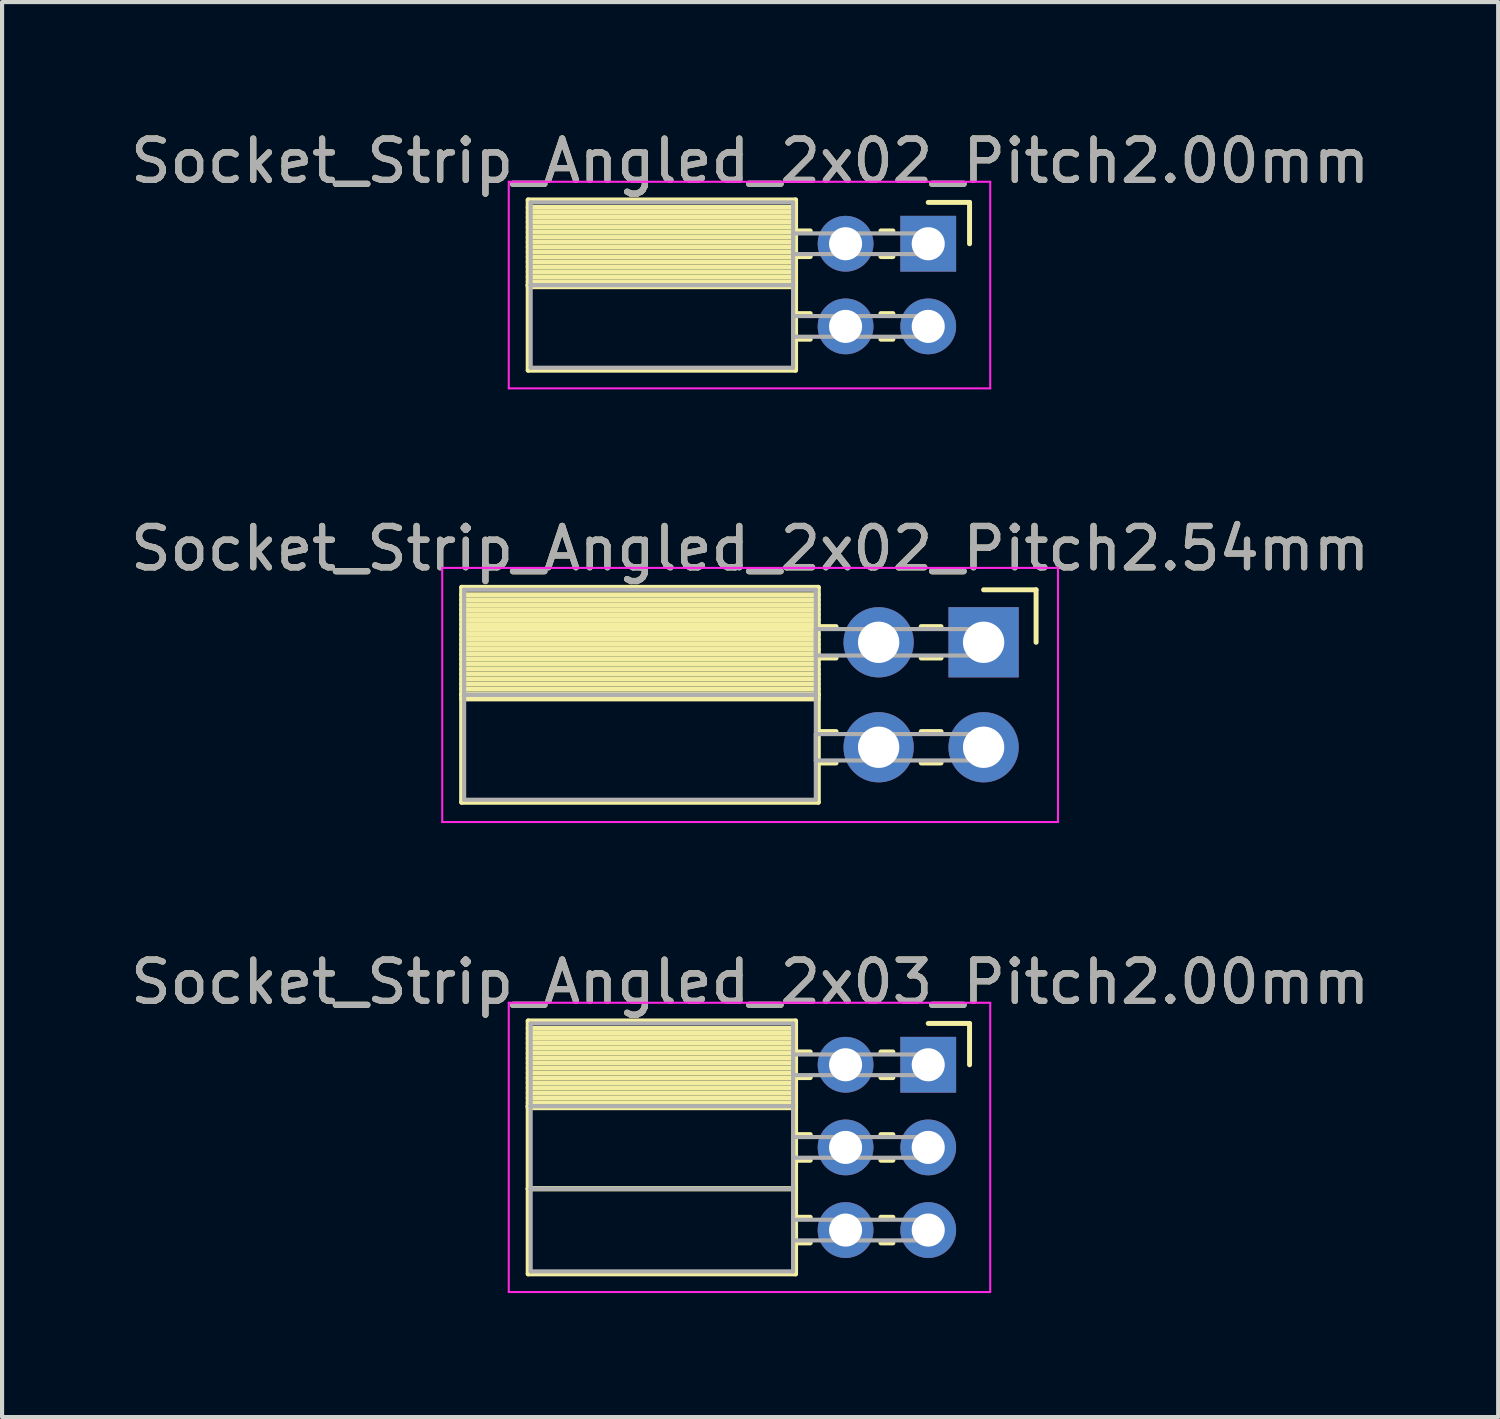
<source format=kicad_pcb>
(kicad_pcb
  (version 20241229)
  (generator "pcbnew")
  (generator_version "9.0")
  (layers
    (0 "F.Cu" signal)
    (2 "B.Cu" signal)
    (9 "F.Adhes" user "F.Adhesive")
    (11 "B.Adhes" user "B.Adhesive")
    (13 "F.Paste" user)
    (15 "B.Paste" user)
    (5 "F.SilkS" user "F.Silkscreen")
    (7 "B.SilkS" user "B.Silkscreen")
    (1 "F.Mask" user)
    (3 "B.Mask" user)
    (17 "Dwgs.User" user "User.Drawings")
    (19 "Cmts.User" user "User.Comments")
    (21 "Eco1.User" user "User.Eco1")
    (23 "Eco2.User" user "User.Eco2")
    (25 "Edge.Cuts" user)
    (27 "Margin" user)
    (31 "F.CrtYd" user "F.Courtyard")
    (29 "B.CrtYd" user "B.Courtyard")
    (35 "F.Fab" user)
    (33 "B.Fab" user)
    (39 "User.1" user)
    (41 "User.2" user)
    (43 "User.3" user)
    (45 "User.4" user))
  (footprint "Socket_Strip_Angled_2x02_Pitch2.00mm"
    (layer "F.Cu")
    (at 19.411 2.848)
    (property "Reference" "Socket_Strip_Angled_2x02_Pitch2.00mm" (at -4.31 -2 0) (layer "F.SilkS") (effects (font (size 1 1) (thickness 0.15))))
    (attr through_hole)
    (fp_line (start -9.68 -1.06) (end -3.21 -1.06) (stroke (width 0.12) (type solid)) (layer "F.SilkS"))
    (fp_line (start -9.68 1) (end -9.68 -1.06) (stroke (width 0.12) (type solid)) (layer "F.SilkS"))
    (fp_line (start -9.68 1) (end -3.21 1) (stroke (width 0.12) (type solid)) (layer "F.SilkS"))
    (fp_line (start -9.68 3.06) (end -9.68 1) (stroke (width 0.12) (type solid)) (layer "F.SilkS"))
    (fp_line (start -3.21 -1.06) (end -3.21 1) (stroke (width 0.12) (type solid)) (layer "F.SilkS"))
    (fp_line (start -3.21 -0.88) (end -9.68 -0.88) (stroke (width 0.12) (type solid)) (layer "F.SilkS"))
    (fp_line (start -3.21 -0.76) (end -9.68 -0.76) (stroke (width 0.12) (type solid)) (layer "F.SilkS"))
    (fp_line (start -3.21 -0.64) (end -9.68 -0.64) (stroke (width 0.12) (type solid)) (layer "F.SilkS"))
    (fp_line (start -3.21 -0.52) (end -9.68 -0.52) (stroke (width 0.12) (type solid)) (layer "F.SilkS"))
    (fp_line (start -3.21 -0.4) (end -9.68 -0.4) (stroke (width 0.12) (type solid)) (layer "F.SilkS"))
    (fp_line (start -3.21 -0.28) (end -9.68 -0.28) (stroke (width 0.12) (type solid)) (layer "F.SilkS"))
    (fp_line (start -3.21 -0.16) (end -9.68 -0.16) (stroke (width 0.12) (type solid)) (layer "F.SilkS"))
    (fp_line (start -3.21 -0.04) (end -9.68 -0.04) (stroke (width 0.12) (type solid)) (layer "F.SilkS"))
    (fp_line (start -3.21 0.08) (end -9.68 0.08) (stroke (width 0.12) (type solid)) (layer "F.SilkS"))
    (fp_line (start -3.21 0.2) (end -9.68 0.2) (stroke (width 0.12) (type solid)) (layer "F.SilkS"))
    (fp_line (start -3.21 0.32) (end -9.68 0.32) (stroke (width 0.12) (type solid)) (layer "F.SilkS"))
    (fp_line (start -3.21 0.44) (end -9.68 0.44) (stroke (width 0.12) (type solid)) (layer "F.SilkS"))
    (fp_line (start -3.21 0.56) (end -9.68 0.56) (stroke (width 0.12) (type solid)) (layer "F.SilkS"))
    (fp_line (start -3.21 0.68) (end -9.68 0.68) (stroke (width 0.12) (type solid)) (layer "F.SilkS"))
    (fp_line (start -3.21 0.8) (end -9.68 0.8) (stroke (width 0.12) (type solid)) (layer "F.SilkS"))
    (fp_line (start -3.21 0.92) (end -9.68 0.92) (stroke (width 0.12) (type solid)) (layer "F.SilkS"))
    (fp_line (start -3.21 1) (end -9.68 1) (stroke (width 0.12) (type solid)) (layer "F.SilkS"))
    (fp_line (start -3.21 1) (end -3.21 3.06) (stroke (width 0.12) (type solid)) (layer "F.SilkS"))
    (fp_line (start -3.21 1.04) (end -9.68 1.04) (stroke (width 0.12) (type solid)) (layer "F.SilkS"))
    (fp_line (start -3.21 3.06) (end -9.68 3.06) (stroke (width 0.12) (type solid)) (layer "F.SilkS"))
    (fp_line (start -2.855 -0.31) (end -3.21 -0.31) (stroke (width 0.12) (type solid)) (layer "F.SilkS"))
    (fp_line (start -2.855 0.31) (end -3.21 0.31) (stroke (width 0.12) (type solid)) (layer "F.SilkS"))
    (fp_line (start -2.855 1.69) (end -3.21 1.69) (stroke (width 0.12) (type solid)) (layer "F.SilkS"))
    (fp_line (start -2.855 2.31) (end -3.21 2.31) (stroke (width 0.12) (type solid)) (layer "F.SilkS"))
    (fp_line (start -0.855 -0.31) (end -1.145 -0.31) (stroke (width 0.12) (type solid)) (layer "F.SilkS"))
    (fp_line (start -0.855 0.31) (end -1.145 0.31) (stroke (width 0.12) (type solid)) (layer "F.SilkS"))
    (fp_line (start -0.855 1.69) (end -1.145 1.69) (stroke (width 0.12) (type solid)) (layer "F.SilkS"))
    (fp_line (start -0.855 2.31) (end -1.145 2.31) (stroke (width 0.12) (type solid)) (layer "F.SilkS"))
    (fp_line (start 0 -1) (end 1 -1) (stroke (width 0.12) (type solid)) (layer "F.SilkS"))
    (fp_line (start 1 -1) (end 1 0) (stroke (width 0.12) (type solid)) (layer "F.SilkS"))
    (fp_line (start -10.15 -1.5) (end 1.5 -1.5) (stroke (width 0.05) (type solid)) (layer "F.CrtYd"))
    (fp_line (start -10.15 3.5) (end -10.15 -1.5) (stroke (width 0.05) (type solid)) (layer "F.CrtYd"))
    (fp_line (start 1.5 -1.5) (end 1.5 3.5) (stroke (width 0.05) (type solid)) (layer "F.CrtYd"))
    (fp_line (start 1.5 3.5) (end -10.15 3.5) (stroke (width 0.05) (type solid)) (layer "F.CrtYd"))
    (fp_line (start -9.62 -1) (end -3.27 -1) (stroke (width 0.1) (type solid)) (layer "F.Fab"))
    (fp_line (start -9.62 1) (end -9.62 -1) (stroke (width 0.1) (type solid)) (layer "F.Fab"))
    (fp_line (start -9.62 1) (end -3.27 1) (stroke (width 0.1) (type solid)) (layer "F.Fab"))
    (fp_line (start -9.62 3) (end -9.62 1) (stroke (width 0.1) (type solid)) (layer "F.Fab"))
    (fp_line (start -3.27 -1) (end -3.27 1) (stroke (width 0.1) (type solid)) (layer "F.Fab"))
    (fp_line (start -3.27 -0.25) (end 0 -0.25) (stroke (width 0.1) (type solid)) (layer "F.Fab"))
    (fp_line (start -3.27 0.25) (end -3.27 -0.25) (stroke (width 0.1) (type solid)) (layer "F.Fab"))
    (fp_line (start -3.27 1) (end -9.62 1) (stroke (width 0.1) (type solid)) (layer "F.Fab"))
    (fp_line (start -3.27 1) (end -3.27 3) (stroke (width 0.1) (type solid)) (layer "F.Fab"))
    (fp_line (start -3.27 1.75) (end 0 1.75) (stroke (width 0.1) (type solid)) (layer "F.Fab"))
    (fp_line (start -3.27 2.25) (end -3.27 1.75) (stroke (width 0.1) (type solid)) (layer "F.Fab"))
    (fp_line (start -3.27 3) (end -9.62 3) (stroke (width 0.1) (type solid)) (layer "F.Fab"))
    (fp_line (start 0 -0.25) (end 0 0.25) (stroke (width 0.1) (type solid)) (layer "F.Fab"))
    (fp_line (start 0 0.25) (end -3.27 0.25) (stroke (width 0.1) (type solid)) (layer "F.Fab"))
    (fp_line (start 0 1.75) (end 0 2.25) (stroke (width 0.1) (type solid)) (layer "F.Fab"))
    (fp_line (start 0 2.25) (end -3.27 2.25) (stroke (width 0.1) (type solid)) (layer "F.Fab"))
    (fp_text user "${REFERENCE}" (at -4.31 -2 0) (layer "F.Fab") (effects (font (size 1 1) (thickness 0.15))))
    (pad "1" thru_hole rect (at 0 0) (size 1.35 1.35) (drill 0.8) (layers "*.Cu" "*.Mask"))
    (pad "2" thru_hole oval (at -2 0) (size 1.35 1.35) (drill 0.8) (layers "*.Cu" "*.Mask"))
    (pad "3" thru_hole oval (at 0 2) (size 1.35 1.35) (drill 0.8) (layers "*.Cu" "*.Mask"))
    (pad "4" thru_hole oval (at -2 2) (size 1.35 1.35) (drill 0.8) (layers "*.Cu" "*.Mask")))
  (footprint "Socket_Strip_Angled_2x02_Pitch2.54mm"
    (layer "F.Cu")
    (at 20.751 12.492)
    (property "Reference" "Socket_Strip_Angled_2x02_Pitch2.54mm" (at -5.65 -2.27 0) (layer "F.SilkS") (effects (font (size 1 1) (thickness 0.15))))
    (attr through_hole)
    (fp_line (start -12.63 -1.33) (end -4 -1.33) (stroke (width 0.12) (type solid)) (layer "F.SilkS"))
    (fp_line (start -12.63 1.27) (end -12.63 -1.33) (stroke (width 0.12) (type solid)) (layer "F.SilkS"))
    (fp_line (start -12.63 1.27) (end -4 1.27) (stroke (width 0.12) (type solid)) (layer "F.SilkS"))
    (fp_line (start -12.63 3.87) (end -12.63 1.27) (stroke (width 0.12) (type solid)) (layer "F.SilkS"))
    (fp_line (start -4 -1.33) (end -4 1.27) (stroke (width 0.12) (type solid)) (layer "F.SilkS"))
    (fp_line (start -4 -1.15) (end -12.63 -1.15) (stroke (width 0.12) (type solid)) (layer "F.SilkS"))
    (fp_line (start -4 -1.03) (end -12.63 -1.03) (stroke (width 0.12) (type solid)) (layer "F.SilkS"))
    (fp_line (start -4 -0.91) (end -12.63 -0.91) (stroke (width 0.12) (type solid)) (layer "F.SilkS"))
    (fp_line (start -4 -0.79) (end -12.63 -0.79) (stroke (width 0.12) (type solid)) (layer "F.SilkS"))
    (fp_line (start -4 -0.67) (end -12.63 -0.67) (stroke (width 0.12) (type solid)) (layer "F.SilkS"))
    (fp_line (start -4 -0.55) (end -12.63 -0.55) (stroke (width 0.12) (type solid)) (layer "F.SilkS"))
    (fp_line (start -4 -0.43) (end -12.63 -0.43) (stroke (width 0.12) (type solid)) (layer "F.SilkS"))
    (fp_line (start -4 -0.31) (end -12.63 -0.31) (stroke (width 0.12) (type solid)) (layer "F.SilkS"))
    (fp_line (start -4 -0.19) (end -12.63 -0.19) (stroke (width 0.12) (type solid)) (layer "F.SilkS"))
    (fp_line (start -4 -0.07) (end -12.63 -0.07) (stroke (width 0.12) (type solid)) (layer "F.SilkS"))
    (fp_line (start -4 0.05) (end -12.63 0.05) (stroke (width 0.12) (type solid)) (layer "F.SilkS"))
    (fp_line (start -4 0.17) (end -12.63 0.17) (stroke (width 0.12) (type solid)) (layer "F.SilkS"))
    (fp_line (start -4 0.29) (end -12.63 0.29) (stroke (width 0.12) (type solid)) (layer "F.SilkS"))
    (fp_line (start -4 0.41) (end -12.63 0.41) (stroke (width 0.12) (type solid)) (layer "F.SilkS"))
    (fp_line (start -4 0.53) (end -12.63 0.53) (stroke (width 0.12) (type solid)) (layer "F.SilkS"))
    (fp_line (start -4 0.65) (end -12.63 0.65) (stroke (width 0.12) (type solid)) (layer "F.SilkS"))
    (fp_line (start -4 0.77) (end -12.63 0.77) (stroke (width 0.12) (type solid)) (layer "F.SilkS"))
    (fp_line (start -4 0.89) (end -12.63 0.89) (stroke (width 0.12) (type solid)) (layer "F.SilkS"))
    (fp_line (start -4 1.01) (end -12.63 1.01) (stroke (width 0.12) (type solid)) (layer "F.SilkS"))
    (fp_line (start -4 1.13) (end -12.63 1.13) (stroke (width 0.12) (type solid)) (layer "F.SilkS"))
    (fp_line (start -4 1.25) (end -12.63 1.25) (stroke (width 0.12) (type solid)) (layer "F.SilkS"))
    (fp_line (start -4 1.27) (end -12.63 1.27) (stroke (width 0.12) (type solid)) (layer "F.SilkS"))
    (fp_line (start -4 1.27) (end -4 3.87) (stroke (width 0.12) (type solid)) (layer "F.SilkS"))
    (fp_line (start -4 1.37) (end -12.63 1.37) (stroke (width 0.12) (type solid)) (layer "F.SilkS"))
    (fp_line (start -4 3.87) (end -12.63 3.87) (stroke (width 0.12) (type solid)) (layer "F.SilkS"))
    (fp_line (start -3.57 -0.38) (end -4 -0.38) (stroke (width 0.12) (type solid)) (layer "F.SilkS"))
    (fp_line (start -3.57 0.38) (end -4 0.38) (stroke (width 0.12) (type solid)) (layer "F.SilkS"))
    (fp_line (start -3.57 2.16) (end -4 2.16) (stroke (width 0.12) (type solid)) (layer "F.SilkS"))
    (fp_line (start -3.57 2.92) (end -4 2.92) (stroke (width 0.12) (type solid)) (layer "F.SilkS"))
    (fp_line (start -1.03 -0.38) (end -1.51 -0.38) (stroke (width 0.12) (type solid)) (layer "F.SilkS"))
    (fp_line (start -1.03 0.38) (end -1.51 0.38) (stroke (width 0.12) (type solid)) (layer "F.SilkS"))
    (fp_line (start -1.03 2.16) (end -1.51 2.16) (stroke (width 0.12) (type solid)) (layer "F.SilkS"))
    (fp_line (start -1.03 2.92) (end -1.51 2.92) (stroke (width 0.12) (type solid)) (layer "F.SilkS"))
    (fp_line (start 0 -1.27) (end 1.27 -1.27) (stroke (width 0.12) (type solid)) (layer "F.SilkS"))
    (fp_line (start 1.27 -1.27) (end 1.27 0) (stroke (width 0.12) (type solid)) (layer "F.SilkS"))
    (fp_line (start -13.1 -1.8) (end 1.8 -1.8) (stroke (width 0.05) (type solid)) (layer "F.CrtYd"))
    (fp_line (start -13.1 4.35) (end -13.1 -1.8) (stroke (width 0.05) (type solid)) (layer "F.CrtYd"))
    (fp_line (start 1.8 -1.8) (end 1.8 4.35) (stroke (width 0.05) (type solid)) (layer "F.CrtYd"))
    (fp_line (start 1.8 4.35) (end -13.1 4.35) (stroke (width 0.05) (type solid)) (layer "F.CrtYd"))
    (fp_line (start -12.57 -1.27) (end -4.06 -1.27) (stroke (width 0.1) (type solid)) (layer "F.Fab"))
    (fp_line (start -12.57 1.27) (end -12.57 -1.27) (stroke (width 0.1) (type solid)) (layer "F.Fab"))
    (fp_line (start -12.57 1.27) (end -4.06 1.27) (stroke (width 0.1) (type solid)) (layer "F.Fab"))
    (fp_line (start -12.57 3.81) (end -12.57 1.27) (stroke (width 0.1) (type solid)) (layer "F.Fab"))
    (fp_line (start -4.06 -1.27) (end -4.06 1.27) (stroke (width 0.1) (type solid)) (layer "F.Fab"))
    (fp_line (start -4.06 -0.32) (end 0 -0.32) (stroke (width 0.1) (type solid)) (layer "F.Fab"))
    (fp_line (start -4.06 0.32) (end -4.06 -0.32) (stroke (width 0.1) (type solid)) (layer "F.Fab"))
    (fp_line (start -4.06 1.27) (end -12.57 1.27) (stroke (width 0.1) (type solid)) (layer "F.Fab"))
    (fp_line (start -4.06 1.27) (end -4.06 3.81) (stroke (width 0.1) (type solid)) (layer "F.Fab"))
    (fp_line (start -4.06 2.22) (end 0 2.22) (stroke (width 0.1) (type solid)) (layer "F.Fab"))
    (fp_line (start -4.06 2.86) (end -4.06 2.22) (stroke (width 0.1) (type solid)) (layer "F.Fab"))
    (fp_line (start -4.06 3.81) (end -12.57 3.81) (stroke (width 0.1) (type solid)) (layer "F.Fab"))
    (fp_line (start 0 -0.32) (end 0 0.32) (stroke (width 0.1) (type solid)) (layer "F.Fab"))
    (fp_line (start 0 0.32) (end -4.06 0.32) (stroke (width 0.1) (type solid)) (layer "F.Fab"))
    (fp_line (start 0 2.22) (end 0 2.86) (stroke (width 0.1) (type solid)) (layer "F.Fab"))
    (fp_line (start 0 2.86) (end -4.06 2.86) (stroke (width 0.1) (type solid)) (layer "F.Fab"))
    (fp_text user "${REFERENCE}" (at -5.65 -2.27 0) (layer "F.Fab") (effects (font (size 1 1) (thickness 0.15))))
    (pad "1" thru_hole rect (at 0 0) (size 1.7 1.7) (drill 1) (layers "*.Cu" "*.Mask"))
    (pad "2" thru_hole oval (at -2.54 0) (size 1.7 1.7) (drill 1) (layers "*.Cu" "*.Mask"))
    (pad "3" thru_hole oval (at 0 2.54) (size 1.7 1.7) (drill 1) (layers "*.Cu" "*.Mask"))
    (pad "4" thru_hole oval (at -2.54 2.54) (size 1.7 1.7) (drill 1) (layers "*.Cu" "*.Mask")))
  (footprint "Socket_Strip_Angled_2x03_Pitch2.00mm"
    (layer "F.Cu")
    (at 19.411 22.715)
    (property "Reference" "Socket_Strip_Angled_2x03_Pitch2.00mm" (at -4.31 -2 0) (layer "F.SilkS") (effects (font (size 1 1) (thickness 0.15))))
    (attr through_hole)
    (fp_line (start -9.68 -1.06) (end -3.21 -1.06) (stroke (width 0.12) (type solid)) (layer "F.SilkS"))
    (fp_line (start -9.68 1) (end -9.68 -1.06) (stroke (width 0.12) (type solid)) (layer "F.SilkS"))
    (fp_line (start -9.68 1) (end -3.21 1) (stroke (width 0.12) (type solid)) (layer "F.SilkS"))
    (fp_line (start -9.68 3) (end -9.68 1) (stroke (width 0.12) (type solid)) (layer "F.SilkS"))
    (fp_line (start -9.68 3) (end -3.21 3) (stroke (width 0.12) (type solid)) (layer "F.SilkS"))
    (fp_line (start -9.68 5.06) (end -9.68 3) (stroke (width 0.12) (type solid)) (layer "F.SilkS"))
    (fp_line (start -3.21 -1.06) (end -3.21 1) (stroke (width 0.12) (type solid)) (layer "F.SilkS"))
    (fp_line (start -3.21 -0.88) (end -9.68 -0.88) (stroke (width 0.12) (type solid)) (layer "F.SilkS"))
    (fp_line (start -3.21 -0.76) (end -9.68 -0.76) (stroke (width 0.12) (type solid)) (layer "F.SilkS"))
    (fp_line (start -3.21 -0.64) (end -9.68 -0.64) (stroke (width 0.12) (type solid)) (layer "F.SilkS"))
    (fp_line (start -3.21 -0.52) (end -9.68 -0.52) (stroke (width 0.12) (type solid)) (layer "F.SilkS"))
    (fp_line (start -3.21 -0.4) (end -9.68 -0.4) (stroke (width 0.12) (type solid)) (layer "F.SilkS"))
    (fp_line (start -3.21 -0.28) (end -9.68 -0.28) (stroke (width 0.12) (type solid)) (layer "F.SilkS"))
    (fp_line (start -3.21 -0.16) (end -9.68 -0.16) (stroke (width 0.12) (type solid)) (layer "F.SilkS"))
    (fp_line (start -3.21 -0.04) (end -9.68 -0.04) (stroke (width 0.12) (type solid)) (layer "F.SilkS"))
    (fp_line (start -3.21 0.08) (end -9.68 0.08) (stroke (width 0.12) (type solid)) (layer "F.SilkS"))
    (fp_line (start -3.21 0.2) (end -9.68 0.2) (stroke (width 0.12) (type solid)) (layer "F.SilkS"))
    (fp_line (start -3.21 0.32) (end -9.68 0.32) (stroke (width 0.12) (type solid)) (layer "F.SilkS"))
    (fp_line (start -3.21 0.44) (end -9.68 0.44) (stroke (width 0.12) (type solid)) (layer "F.SilkS"))
    (fp_line (start -3.21 0.56) (end -9.68 0.56) (stroke (width 0.12) (type solid)) (layer "F.SilkS"))
    (fp_line (start -3.21 0.68) (end -9.68 0.68) (stroke (width 0.12) (type solid)) (layer "F.SilkS"))
    (fp_line (start -3.21 0.8) (end -9.68 0.8) (stroke (width 0.12) (type solid)) (layer "F.SilkS"))
    (fp_line (start -3.21 0.92) (end -9.68 0.92) (stroke (width 0.12) (type solid)) (layer "F.SilkS"))
    (fp_line (start -3.21 1) (end -9.68 1) (stroke (width 0.12) (type solid)) (layer "F.SilkS"))
    (fp_line (start -3.21 1) (end -3.21 3) (stroke (width 0.12) (type solid)) (layer "F.SilkS"))
    (fp_line (start -3.21 1.04) (end -9.68 1.04) (stroke (width 0.12) (type solid)) (layer "F.SilkS"))
    (fp_line (start -3.21 3) (end -9.68 3) (stroke (width 0.12) (type solid)) (layer "F.SilkS"))
    (fp_line (start -3.21 3) (end -3.21 5.06) (stroke (width 0.12) (type solid)) (layer "F.SilkS"))
    (fp_line (start -3.21 5.06) (end -9.68 5.06) (stroke (width 0.12) (type solid)) (layer "F.SilkS"))
    (fp_line (start -2.855 -0.31) (end -3.21 -0.31) (stroke (width 0.12) (type solid)) (layer "F.SilkS"))
    (fp_line (start -2.855 0.31) (end -3.21 0.31) (stroke (width 0.12) (type solid)) (layer "F.SilkS"))
    (fp_line (start -2.855 1.69) (end -3.21 1.69) (stroke (width 0.12) (type solid)) (layer "F.SilkS"))
    (fp_line (start -2.855 2.31) (end -3.21 2.31) (stroke (width 0.12) (type solid)) (layer "F.SilkS"))
    (fp_line (start -2.855 3.69) (end -3.21 3.69) (stroke (width 0.12) (type solid)) (layer "F.SilkS"))
    (fp_line (start -2.855 4.31) (end -3.21 4.31) (stroke (width 0.12) (type solid)) (layer "F.SilkS"))
    (fp_line (start -0.855 -0.31) (end -1.145 -0.31) (stroke (width 0.12) (type solid)) (layer "F.SilkS"))
    (fp_line (start -0.855 0.31) (end -1.145 0.31) (stroke (width 0.12) (type solid)) (layer "F.SilkS"))
    (fp_line (start -0.855 1.69) (end -1.145 1.69) (stroke (width 0.12) (type solid)) (layer "F.SilkS"))
    (fp_line (start -0.855 2.31) (end -1.145 2.31) (stroke (width 0.12) (type solid)) (layer "F.SilkS"))
    (fp_line (start -0.855 3.69) (end -1.145 3.69) (stroke (width 0.12) (type solid)) (layer "F.SilkS"))
    (fp_line (start -0.855 4.31) (end -1.145 4.31) (stroke (width 0.12) (type solid)) (layer "F.SilkS"))
    (fp_line (start 0 -1) (end 1 -1) (stroke (width 0.12) (type solid)) (layer "F.SilkS"))
    (fp_line (start 1 -1) (end 1 0) (stroke (width 0.12) (type solid)) (layer "F.SilkS"))
    (fp_line (start -10.15 -1.5) (end 1.5 -1.5) (stroke (width 0.05) (type solid)) (layer "F.CrtYd"))
    (fp_line (start -10.15 5.5) (end -10.15 -1.5) (stroke (width 0.05) (type solid)) (layer "F.CrtYd"))
    (fp_line (start 1.5 -1.5) (end 1.5 5.5) (stroke (width 0.05) (type solid)) (layer "F.CrtYd"))
    (fp_line (start 1.5 5.5) (end -10.15 5.5) (stroke (width 0.05) (type solid)) (layer "F.CrtYd"))
    (fp_line (start -9.62 -1) (end -3.27 -1) (stroke (width 0.1) (type solid)) (layer "F.Fab"))
    (fp_line (start -9.62 1) (end -9.62 -1) (stroke (width 0.1) (type solid)) (layer "F.Fab"))
    (fp_line (start -9.62 1) (end -3.27 1) (stroke (width 0.1) (type solid)) (layer "F.Fab"))
    (fp_line (start -9.62 3) (end -9.62 1) (stroke (width 0.1) (type solid)) (layer "F.Fab"))
    (fp_line (start -9.62 3) (end -3.27 3) (stroke (width 0.1) (type solid)) (layer "F.Fab"))
    (fp_line (start -9.62 5) (end -9.62 3) (stroke (width 0.1) (type solid)) (layer "F.Fab"))
    (fp_line (start -3.27 -1) (end -3.27 1) (stroke (width 0.1) (type solid)) (layer "F.Fab"))
    (fp_line (start -3.27 -0.25) (end 0 -0.25) (stroke (width 0.1) (type solid)) (layer "F.Fab"))
    (fp_line (start -3.27 0.25) (end -3.27 -0.25) (stroke (width 0.1) (type solid)) (layer "F.Fab"))
    (fp_line (start -3.27 1) (end -9.62 1) (stroke (width 0.1) (type solid)) (layer "F.Fab"))
    (fp_line (start -3.27 1) (end -3.27 3) (stroke (width 0.1) (type solid)) (layer "F.Fab"))
    (fp_line (start -3.27 1.75) (end 0 1.75) (stroke (width 0.1) (type solid)) (layer "F.Fab"))
    (fp_line (start -3.27 2.25) (end -3.27 1.75) (stroke (width 0.1) (type solid)) (layer "F.Fab"))
    (fp_line (start -3.27 3) (end -9.62 3) (stroke (width 0.1) (type solid)) (layer "F.Fab"))
    (fp_line (start -3.27 3) (end -3.27 5) (stroke (width 0.1) (type solid)) (layer "F.Fab"))
    (fp_line (start -3.27 3.75) (end 0 3.75) (stroke (width 0.1) (type solid)) (layer "F.Fab"))
    (fp_line (start -3.27 4.25) (end -3.27 3.75) (stroke (width 0.1) (type solid)) (layer "F.Fab"))
    (fp_line (start -3.27 5) (end -9.62 5) (stroke (width 0.1) (type solid)) (layer "F.Fab"))
    (fp_line (start 0 -0.25) (end 0 0.25) (stroke (width 0.1) (type solid)) (layer "F.Fab"))
    (fp_line (start 0 0.25) (end -3.27 0.25) (stroke (width 0.1) (type solid)) (layer "F.Fab"))
    (fp_line (start 0 1.75) (end 0 2.25) (stroke (width 0.1) (type solid)) (layer "F.Fab"))
    (fp_line (start 0 2.25) (end -3.27 2.25) (stroke (width 0.1) (type solid)) (layer "F.Fab"))
    (fp_line (start 0 3.75) (end 0 4.25) (stroke (width 0.1) (type solid)) (layer "F.Fab"))
    (fp_line (start 0 4.25) (end -3.27 4.25) (stroke (width 0.1) (type solid)) (layer "F.Fab"))
    (fp_text user "${REFERENCE}" (at -4.31 -2 0) (layer "F.Fab") (effects (font (size 1 1) (thickness 0.15))))
    (pad "1" thru_hole rect (at 0 0) (size 1.35 1.35) (drill 0.8) (layers "*.Cu" "*.Mask"))
    (pad "2" thru_hole oval (at -2 0) (size 1.35 1.35) (drill 0.8) (layers "*.Cu" "*.Mask"))
    (pad "3" thru_hole oval (at 0 2) (size 1.35 1.35) (drill 0.8) (layers "*.Cu" "*.Mask"))
    (pad "4" thru_hole oval (at -2 2) (size 1.35 1.35) (drill 0.8) (layers "*.Cu" "*.Mask"))
    (pad "5" thru_hole oval (at 0 4) (size 1.35 1.35) (drill 0.8) (layers "*.Cu" "*.Mask"))
    (pad "6" thru_hole oval (at -2 4) (size 1.35 1.35) (drill 0.8) (layers "*.Cu" "*.Mask")))
  (gr_rect
    (start -3 -3)
    (end 33.202 31.24)
    (stroke (width 0.1) (type default))
    (fill no)
    (layer "Edge.Cuts")))
</source>
